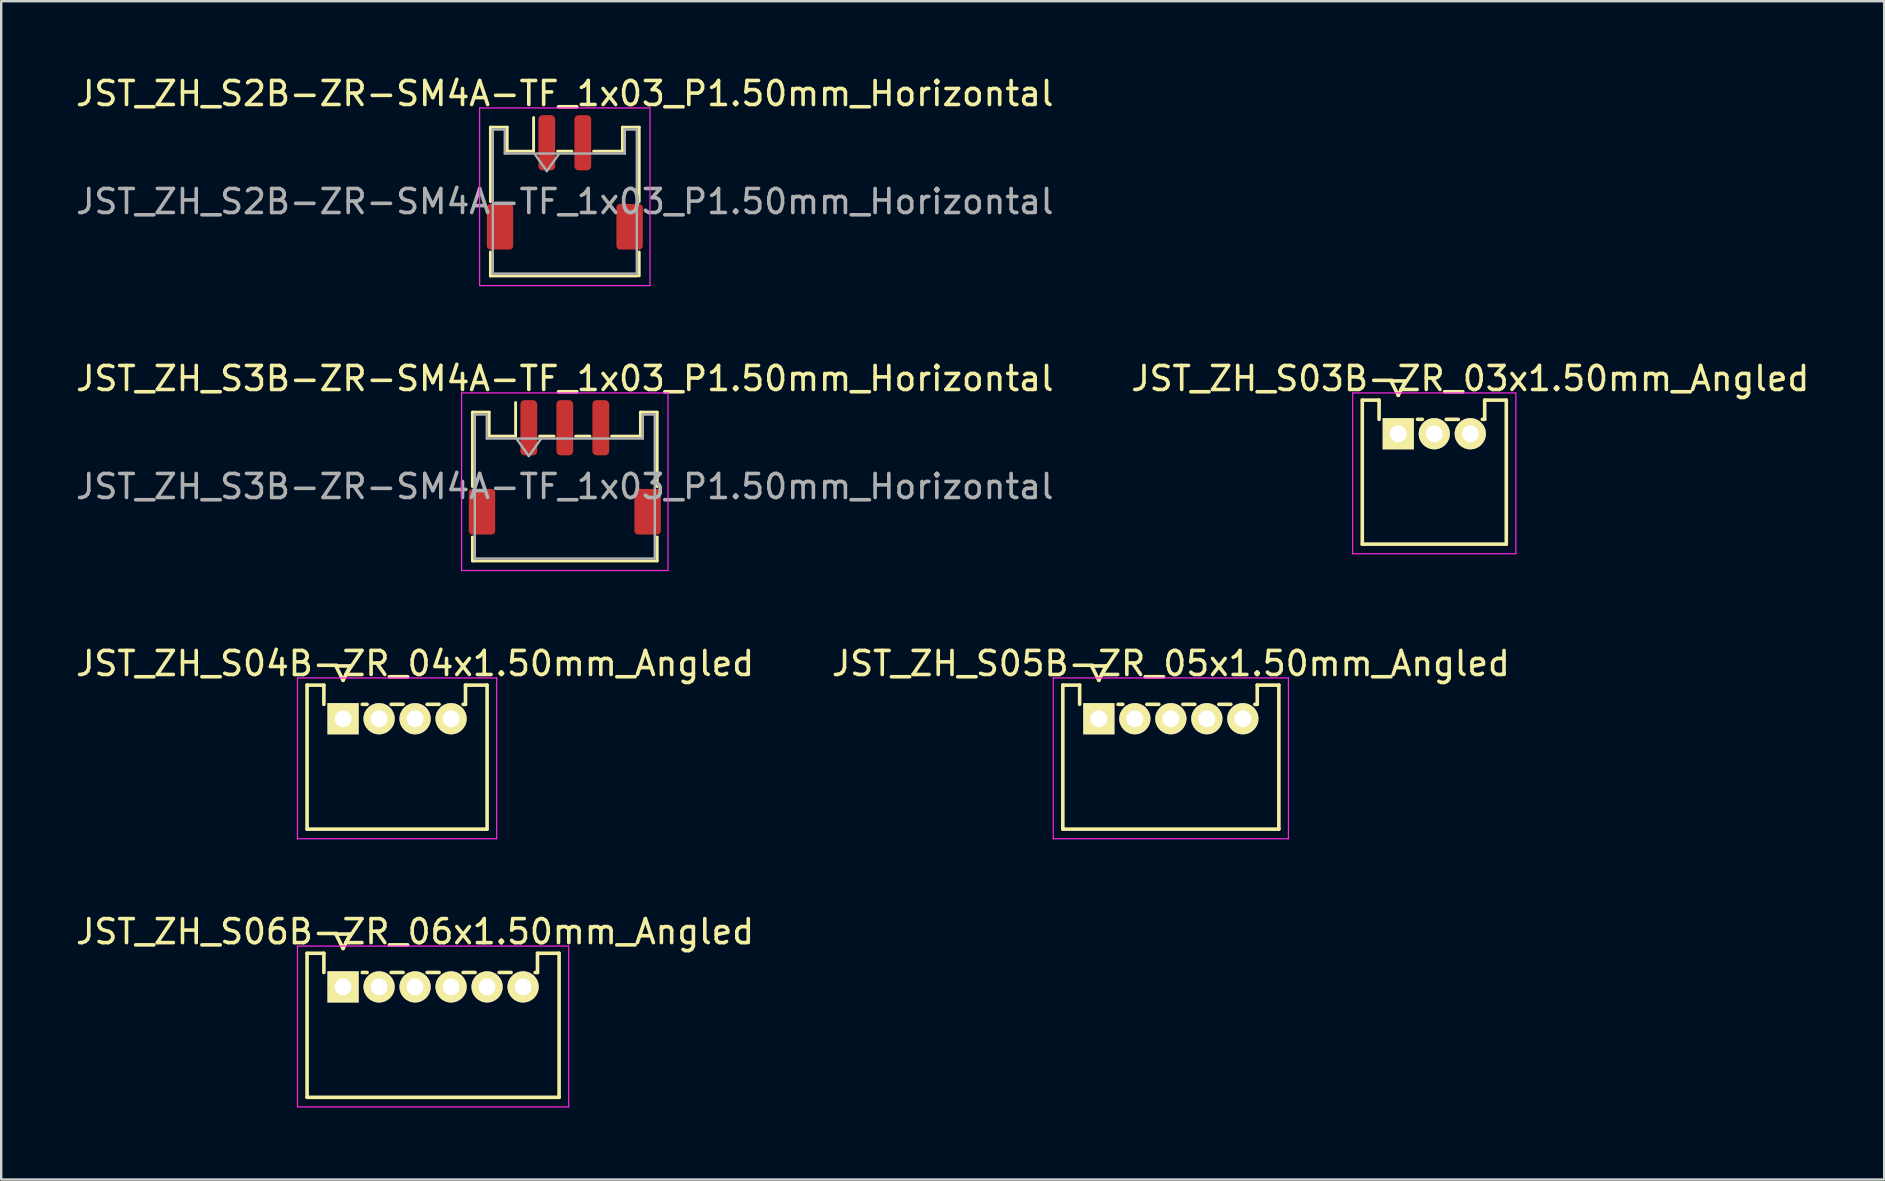
<source format=kicad_pcb>
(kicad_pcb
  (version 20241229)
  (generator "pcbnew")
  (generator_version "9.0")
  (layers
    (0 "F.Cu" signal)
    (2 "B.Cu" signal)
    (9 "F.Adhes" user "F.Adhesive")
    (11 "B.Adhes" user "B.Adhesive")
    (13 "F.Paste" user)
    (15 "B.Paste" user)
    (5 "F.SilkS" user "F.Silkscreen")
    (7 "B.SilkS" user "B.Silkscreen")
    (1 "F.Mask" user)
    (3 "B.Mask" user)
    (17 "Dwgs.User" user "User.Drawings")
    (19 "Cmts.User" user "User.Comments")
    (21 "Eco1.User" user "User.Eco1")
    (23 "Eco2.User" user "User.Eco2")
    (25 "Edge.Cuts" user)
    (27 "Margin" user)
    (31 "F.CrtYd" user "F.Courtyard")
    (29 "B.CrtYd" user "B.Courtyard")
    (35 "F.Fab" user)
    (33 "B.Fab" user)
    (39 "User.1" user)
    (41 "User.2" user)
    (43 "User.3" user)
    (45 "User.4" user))
  (footprint "JST_ZH_S3B-ZR-SM4A-TF_1x03_P1.50mm_Horizontal"
    (layer "F.Cu")
    (at 20.482 17.221)
    (property "Reference" "JST_ZH_S3B-ZR-SM4A-TF_1x03_P1.50mm_Horizontal" (at 0 -4.5 0) (layer "F.SilkS") (effects (font (size 1 1) (thickness 0.15))))
    (attr smd)
    (fp_line (start -3.85 -3.1) (end -3.85 0) (stroke (width 0.12) (type solid)) (layer "F.SilkS"))
    (fp_line (start -3.85 3.1) (end -3.85 2.1) (stroke (width 0.12) (type solid)) (layer "F.SilkS"))
    (fp_line (start -3.85 3.1) (end 3.85 3.1) (stroke (width 0.12) (type solid)) (layer "F.SilkS"))
    (fp_line (start -3.15 -3.1) (end -3.85 -3.1) (stroke (width 0.12) (type solid)) (layer "F.SilkS"))
    (fp_line (start -3.15 -2.1) (end -3.15 -3.1) (stroke (width 0.12) (type solid)) (layer "F.SilkS"))
    (fp_line (start -3.15 -2.1) (end -2.05 -2.1) (stroke (width 0.12) (type solid)) (layer "F.SilkS"))
    (fp_line (start -2.05 -2.1) (end -2.05 -3.5) (stroke (width 0.12) (type solid)) (layer "F.SilkS"))
    (fp_line (start -0.45 -2.1) (end -1.05 -2.1) (stroke (width 0.12) (type solid)) (layer "F.SilkS"))
    (fp_line (start 1.05 -2.1) (end 0.45 -2.1) (stroke (width 0.12) (type solid)) (layer "F.SilkS"))
    (fp_line (start 3.15 -3.1) (end 3.15 -2.1) (stroke (width 0.12) (type solid)) (layer "F.SilkS"))
    (fp_line (start 3.15 -2.1) (end 1.95 -2.1) (stroke (width 0.12) (type solid)) (layer "F.SilkS"))
    (fp_line (start 3.85 -3.1) (end 3.15 -3.1) (stroke (width 0.12) (type solid)) (layer "F.SilkS"))
    (fp_line (start 3.85 -3.1) (end 3.85 0) (stroke (width 0.12) (type solid)) (layer "F.SilkS"))
    (fp_line (start 3.85 3.1) (end 3.85 2.1) (stroke (width 0.12) (type solid)) (layer "F.SilkS"))
    (fp_line (start -4.3 -3.9) (end -4.3 3.5) (stroke (width 0.05) (type solid)) (layer "F.CrtYd"))
    (fp_line (start -4.3 3.5) (end 4.3 3.5) (stroke (width 0.05) (type solid)) (layer "F.CrtYd"))
    (fp_line (start 4.3 -3.9) (end -4.3 -3.9) (stroke (width 0.05) (type solid)) (layer "F.CrtYd"))
    (fp_line (start 4.3 3.5) (end 4.3 -3.9) (stroke (width 0.05) (type solid)) (layer "F.CrtYd"))
    (fp_line (start -3.75 -3) (end -3.75 3) (stroke (width 0.1) (type solid)) (layer "F.Fab"))
    (fp_line (start -3.75 3) (end 3.75 3) (stroke (width 0.1) (type solid)) (layer "F.Fab"))
    (fp_line (start -3.25 -3) (end -3.75 -3) (stroke (width 0.1) (type solid)) (layer "F.Fab"))
    (fp_line (start -3.25 -2) (end -3.25 -3) (stroke (width 0.1) (type solid)) (layer "F.Fab"))
    (fp_line (start -3.25 -2) (end 3.25 -2) (stroke (width 0.1) (type solid)) (layer "F.Fab"))
    (fp_line (start -2 -1.975) (end -1.5 -1.268) (stroke (width 0.1) (type solid)) (layer "F.Fab"))
    (fp_line (start -1.5 -1.268) (end -1 -1.975) (stroke (width 0.1) (type solid)) (layer "F.Fab"))
    (fp_line (start 3.25 -3) (end 3.25 -2) (stroke (width 0.1) (type solid)) (layer "F.Fab"))
    (fp_line (start 3.75 -3) (end 3.25 -3) (stroke (width 0.1) (type solid)) (layer "F.Fab"))
    (fp_line (start 3.75 -3) (end 3.75 3) (stroke (width 0.1) (type solid)) (layer "F.Fab"))
    (fp_text user "${REFERENCE}" (at 0 0 0) (layer "F.Fab") (effects (font (size 1 1) (thickness 0.15))))
    (pad "1" smd roundrect (at -1.5 -2.45) (size 0.7 2.3) (layers "F.Cu" "F.Mask" "F.Paste") (roundrect_rratio 0.25))
    (pad "2" smd roundrect (at 0 -2.45) (size 0.7 2.3) (layers "F.Cu" "F.Mask" "F.Paste") (roundrect_rratio 0.25))
    (pad "3" smd roundrect (at 1.5 -2.45) (size 0.7 2.3) (layers "F.Cu" "F.Mask" "F.Paste") (roundrect_rratio 0.25))
    (pad "MP" smd roundrect (at -3.45 1.05) (size 1.1 1.9) (layers "F.Cu" "F.Mask" "F.Paste") (roundrect_rratio 0.139))
    (pad "MP" smd roundrect (at 3.45 1.05) (size 1.1 1.9) (layers "F.Cu" "F.Mask" "F.Paste") (roundrect_rratio 0.139)))
  (footprint "JST_ZH_S03B-ZR_03x1.50mm_Angled"
    (layer "F.Cu")
    (at 55.208 15.021)
    (property "Reference" "JST_ZH_S03B-ZR_03x1.50mm_Angled" (at 3 -2.3 0) (layer "F.SilkS") (effects (font (size 1 1) (thickness 0.15))))
    (attr through_hole)
    (fp_line (start -1.5 -1.4) (end -1.5 4.6) (stroke (width 0.15) (type solid)) (layer "F.SilkS"))
    (fp_line (start -1.5 -1.4) (end -0.8 -1.4) (stroke (width 0.15) (type solid)) (layer "F.SilkS"))
    (fp_line (start -1.5 4.6) (end 4.5 4.6) (stroke (width 0.15) (type solid)) (layer "F.SilkS"))
    (fp_line (start -0.8 -0.6) (end -0.8 -1.4) (stroke (width 0.15) (type solid)) (layer "F.SilkS"))
    (fp_line (start -0.3 -2.2) (end 0 -1.6) (stroke (width 0.15) (type solid)) (layer "F.SilkS"))
    (fp_line (start 0 -1.6) (end 0.3 -2.2) (stroke (width 0.15) (type solid)) (layer "F.SilkS"))
    (fp_line (start 0.3 -2.2) (end -0.3 -2.2) (stroke (width 0.15) (type solid)) (layer "F.SilkS"))
    (fp_line (start 1 -0.6) (end 0.8 -0.6) (stroke (width 0.15) (type solid)) (layer "F.SilkS"))
    (fp_line (start 2.5 -0.6) (end 2 -0.6) (stroke (width 0.15) (type solid)) (layer "F.SilkS"))
    (fp_line (start 3.5 -0.6) (end 3.6 -0.6) (stroke (width 0.15) (type solid)) (layer "F.SilkS"))
    (fp_line (start 3.6 -1.4) (end 3.6 -0.6) (stroke (width 0.15) (type solid)) (layer "F.SilkS"))
    (fp_line (start 3.6 -1.4) (end 4.5 -1.4) (stroke (width 0.15) (type solid)) (layer "F.SilkS"))
    (fp_line (start 4.5 -1.4) (end 4.5 4.6) (stroke (width 0.15) (type solid)) (layer "F.SilkS"))
    (fp_line (start -1.9 -1.7) (end 4.9 -1.7) (stroke (width 0.05) (type solid)) (layer "F.CrtYd"))
    (fp_line (start -1.9 5) (end -1.9 -1.7) (stroke (width 0.05) (type solid)) (layer "F.CrtYd"))
    (fp_line (start 4.9 -1.7) (end 4.9 5) (stroke (width 0.05) (type solid)) (layer "F.CrtYd"))
    (fp_line (start 4.9 5) (end -1.9 5) (stroke (width 0.05) (type solid)) (layer "F.CrtYd"))
    (pad "1" thru_hole rect (at 0 0) (size 1.3 1.3) (drill 0.7) (layers "*.Cu" "*.Mask" "F.SilkS"))
    (pad "2" thru_hole circle (at 1.5 0) (size 1.3 1.3) (drill 0.7) (layers "*.Cu" "*.Mask" "F.SilkS"))
    (pad "3" thru_hole circle (at 3 0) (size 1.3 1.3) (drill 0.7) (layers "*.Cu" "*.Mask" "F.SilkS")))
  (footprint "JST_ZH_S06B-ZR_06x1.50mm_Angled"
    (layer "F.Cu")
    (at 11.244 38.068)
    (property "Reference" "JST_ZH_S06B-ZR_06x1.50mm_Angled" (at 3 -2.3 0) (layer "F.SilkS") (effects (font (size 1 1) (thickness 0.15))))
    (attr through_hole)
    (fp_line (start -1.5 -1.4) (end -1.5 4.6) (stroke (width 0.15) (type solid)) (layer "F.SilkS"))
    (fp_line (start -1.5 -1.4) (end -0.8 -1.4) (stroke (width 0.15) (type solid)) (layer "F.SilkS"))
    (fp_line (start -1.5 4.6) (end 9 4.6) (stroke (width 0.15) (type solid)) (layer "F.SilkS"))
    (fp_line (start -0.8 -0.6) (end -0.8 -1.4) (stroke (width 0.15) (type solid)) (layer "F.SilkS"))
    (fp_line (start -0.3 -2.2) (end 0 -1.6) (stroke (width 0.15) (type solid)) (layer "F.SilkS"))
    (fp_line (start 0 -1.6) (end 0.3 -2.2) (stroke (width 0.15) (type solid)) (layer "F.SilkS"))
    (fp_line (start 0.3 -2.2) (end -0.3 -2.2) (stroke (width 0.15) (type solid)) (layer "F.SilkS"))
    (fp_line (start 1 -0.6) (end 0.8 -0.6) (stroke (width 0.15) (type solid)) (layer "F.SilkS"))
    (fp_line (start 2.5 -0.6) (end 2 -0.6) (stroke (width 0.15) (type solid)) (layer "F.SilkS"))
    (fp_line (start 3.5 -0.6) (end 4 -0.6) (stroke (width 0.15) (type solid)) (layer "F.SilkS"))
    (fp_line (start 5 -0.6) (end 5.5 -0.6) (stroke (width 0.15) (type solid)) (layer "F.SilkS"))
    (fp_line (start 6.5 -0.6) (end 7 -0.6) (stroke (width 0.15) (type solid)) (layer "F.SilkS"))
    (fp_line (start 8 -0.6) (end 8.1 -0.6) (stroke (width 0.15) (type solid)) (layer "F.SilkS"))
    (fp_line (start 8.1 -1.4) (end 8.1 -0.6) (stroke (width 0.15) (type solid)) (layer "F.SilkS"))
    (fp_line (start 8.1 -1.4) (end 9 -1.4) (stroke (width 0.15) (type solid)) (layer "F.SilkS"))
    (fp_line (start 9 -1.4) (end 9 4.6) (stroke (width 0.15) (type solid)) (layer "F.SilkS"))
    (fp_line (start -1.9 -1.7) (end 9.4 -1.7) (stroke (width 0.05) (type solid)) (layer "F.CrtYd"))
    (fp_line (start -1.9 5) (end -1.9 -1.7) (stroke (width 0.05) (type solid)) (layer "F.CrtYd"))
    (fp_line (start 9.4 -1.7) (end 9.4 5) (stroke (width 0.05) (type solid)) (layer "F.CrtYd"))
    (fp_line (start 9.4 5) (end -1.9 5) (stroke (width 0.05) (type solid)) (layer "F.CrtYd"))
    (pad "1" thru_hole rect (at 0 0) (size 1.3 1.3) (drill 0.7) (layers "*.Cu" "*.Mask" "F.SilkS"))
    (pad "2" thru_hole circle (at 1.5 0) (size 1.3 1.3) (drill 0.7) (layers "*.Cu" "*.Mask" "F.SilkS"))
    (pad "3" thru_hole circle (at 3 0) (size 1.3 1.3) (drill 0.7) (layers "*.Cu" "*.Mask" "F.SilkS"))
    (pad "4" thru_hole circle (at 4.5 0) (size 1.3 1.3) (drill 0.7) (layers "*.Cu" "*.Mask" "F.SilkS"))
    (pad "5" thru_hole circle (at 6 0) (size 1.3 1.3) (drill 0.7) (layers "*.Cu" "*.Mask" "F.SilkS"))
    (pad "6" thru_hole circle (at 7.5 0) (size 1.3 1.3) (drill 0.7) (layers "*.Cu" "*.Mask" "F.SilkS")))
  (footprint "JST_ZH_S04B-ZR_04x1.50mm_Angled"
    (layer "F.Cu")
    (at 11.244 26.895)
    (property "Reference" "JST_ZH_S04B-ZR_04x1.50mm_Angled" (at 3 -2.3 0) (layer "F.SilkS") (effects (font (size 1 1) (thickness 0.15))))
    (attr through_hole)
    (fp_line (start -1.5 -1.4) (end -1.5 4.6) (stroke (width 0.15) (type solid)) (layer "F.SilkS"))
    (fp_line (start -1.5 -1.4) (end -0.8 -1.4) (stroke (width 0.15) (type solid)) (layer "F.SilkS"))
    (fp_line (start -1.5 4.6) (end 6 4.6) (stroke (width 0.15) (type solid)) (layer "F.SilkS"))
    (fp_line (start -0.8 -0.6) (end -0.8 -1.4) (stroke (width 0.15) (type solid)) (layer "F.SilkS"))
    (fp_line (start -0.3 -2.2) (end 0 -1.6) (stroke (width 0.15) (type solid)) (layer "F.SilkS"))
    (fp_line (start 0 -1.6) (end 0.3 -2.2) (stroke (width 0.15) (type solid)) (layer "F.SilkS"))
    (fp_line (start 0.3 -2.2) (end -0.3 -2.2) (stroke (width 0.15) (type solid)) (layer "F.SilkS"))
    (fp_line (start 1 -0.6) (end 0.8 -0.6) (stroke (width 0.15) (type solid)) (layer "F.SilkS"))
    (fp_line (start 2.5 -0.6) (end 2 -0.6) (stroke (width 0.15) (type solid)) (layer "F.SilkS"))
    (fp_line (start 3.5 -0.6) (end 4 -0.6) (stroke (width 0.15) (type solid)) (layer "F.SilkS"))
    (fp_line (start 5 -0.6) (end 5.1 -0.6) (stroke (width 0.15) (type solid)) (layer "F.SilkS"))
    (fp_line (start 5.1 -1.4) (end 5.1 -0.6) (stroke (width 0.15) (type solid)) (layer "F.SilkS"))
    (fp_line (start 5.1 -1.4) (end 6 -1.4) (stroke (width 0.15) (type solid)) (layer "F.SilkS"))
    (fp_line (start 6 -1.4) (end 6 4.6) (stroke (width 0.15) (type solid)) (layer "F.SilkS"))
    (fp_line (start -1.9 -1.7) (end 6.4 -1.7) (stroke (width 0.05) (type solid)) (layer "F.CrtYd"))
    (fp_line (start -1.9 5) (end -1.9 -1.7) (stroke (width 0.05) (type solid)) (layer "F.CrtYd"))
    (fp_line (start 6.4 -1.7) (end 6.4 5) (stroke (width 0.05) (type solid)) (layer "F.CrtYd"))
    (fp_line (start 6.4 5) (end -1.9 5) (stroke (width 0.05) (type solid)) (layer "F.CrtYd"))
    (pad "1" thru_hole rect (at 0 0) (size 1.3 1.3) (drill 0.7) (layers "*.Cu" "*.Mask" "F.SilkS"))
    (pad "2" thru_hole circle (at 1.5 0) (size 1.3 1.3) (drill 0.7) (layers "*.Cu" "*.Mask" "F.SilkS"))
    (pad "3" thru_hole circle (at 3 0) (size 1.3 1.3) (drill 0.7) (layers "*.Cu" "*.Mask" "F.SilkS"))
    (pad "4" thru_hole circle (at 4.5 0) (size 1.3 1.3) (drill 0.7) (layers "*.Cu" "*.Mask" "F.SilkS")))
  (footprint "JST_ZH_S05B-ZR_05x1.50mm_Angled"
    (layer "F.Cu")
    (at 42.732 26.895)
    (property "Reference" "JST_ZH_S05B-ZR_05x1.50mm_Angled" (at 3 -2.3 0) (layer "F.SilkS") (effects (font (size 1 1) (thickness 0.15))))
    (attr through_hole)
    (fp_line (start -1.5 -1.4) (end -1.5 4.6) (stroke (width 0.15) (type solid)) (layer "F.SilkS"))
    (fp_line (start -1.5 -1.4) (end -0.8 -1.4) (stroke (width 0.15) (type solid)) (layer "F.SilkS"))
    (fp_line (start -1.5 4.6) (end 7.5 4.6) (stroke (width 0.15) (type solid)) (layer "F.SilkS"))
    (fp_line (start -0.8 -0.6) (end -0.8 -1.4) (stroke (width 0.15) (type solid)) (layer "F.SilkS"))
    (fp_line (start -0.3 -2.2) (end 0 -1.6) (stroke (width 0.15) (type solid)) (layer "F.SilkS"))
    (fp_line (start 0 -1.6) (end 0.3 -2.2) (stroke (width 0.15) (type solid)) (layer "F.SilkS"))
    (fp_line (start 0.3 -2.2) (end -0.3 -2.2) (stroke (width 0.15) (type solid)) (layer "F.SilkS"))
    (fp_line (start 1 -0.6) (end 0.8 -0.6) (stroke (width 0.15) (type solid)) (layer "F.SilkS"))
    (fp_line (start 2.5 -0.6) (end 2 -0.6) (stroke (width 0.15) (type solid)) (layer "F.SilkS"))
    (fp_line (start 3.5 -0.6) (end 4 -0.6) (stroke (width 0.15) (type solid)) (layer "F.SilkS"))
    (fp_line (start 5 -0.6) (end 5.5 -0.6) (stroke (width 0.15) (type solid)) (layer "F.SilkS"))
    (fp_line (start 6.5 -0.6) (end 6.6 -0.6) (stroke (width 0.15) (type solid)) (layer "F.SilkS"))
    (fp_line (start 6.6 -1.4) (end 6.6 -0.6) (stroke (width 0.15) (type solid)) (layer "F.SilkS"))
    (fp_line (start 6.6 -1.4) (end 7.5 -1.4) (stroke (width 0.15) (type solid)) (layer "F.SilkS"))
    (fp_line (start 7.5 -1.4) (end 7.5 4.6) (stroke (width 0.15) (type solid)) (layer "F.SilkS"))
    (fp_line (start -1.9 -1.7) (end 7.9 -1.7) (stroke (width 0.05) (type solid)) (layer "F.CrtYd"))
    (fp_line (start -1.9 5) (end -1.9 -1.7) (stroke (width 0.05) (type solid)) (layer "F.CrtYd"))
    (fp_line (start 7.9 -1.7) (end 7.9 5) (stroke (width 0.05) (type solid)) (layer "F.CrtYd"))
    (fp_line (start 7.9 5) (end -1.9 5) (stroke (width 0.05) (type solid)) (layer "F.CrtYd"))
    (pad "1" thru_hole rect (at 0 0) (size 1.3 1.3) (drill 0.7) (layers "*.Cu" "*.Mask" "F.SilkS"))
    (pad "2" thru_hole circle (at 1.5 0) (size 1.3 1.3) (drill 0.7) (layers "*.Cu" "*.Mask" "F.SilkS"))
    (pad "3" thru_hole circle (at 3 0) (size 1.3 1.3) (drill 0.7) (layers "*.Cu" "*.Mask" "F.SilkS"))
    (pad "4" thru_hole circle (at 4.5 0) (size 1.3 1.3) (drill 0.7) (layers "*.Cu" "*.Mask" "F.SilkS"))
    (pad "5" thru_hole circle (at 6 0) (size 1.3 1.3) (drill 0.7) (layers "*.Cu" "*.Mask" "F.SilkS")))
  (footprint "JST_ZH_S2B-ZR-SM4A-TF_1x03_P1.50mm_Horizontal"
    (layer "F.Cu")
    (at 20.482 5.348)
    (property "Reference" "JST_ZH_S2B-ZR-SM4A-TF_1x03_P1.50mm_Horizontal" (at 0 -4.5 0) (layer "F.SilkS") (effects (font (size 1 1) (thickness 0.15))))
    (attr smd)
    (fp_line (start -3.1 -3.1) (end -3.1 0) (stroke (width 0.12) (type solid)) (layer "F.SilkS"))
    (fp_line (start -3.1 3.1) (end -3.1 2.1) (stroke (width 0.12) (type solid)) (layer "F.SilkS"))
    (fp_line (start -3.1 3.1) (end 3 3.1) (stroke (width 0.12) (type solid)) (layer "F.SilkS"))
    (fp_line (start -2.4 -3.1) (end -3.1 -3.1) (stroke (width 0.12) (type solid)) (layer "F.SilkS"))
    (fp_line (start -2.4 -2.1) (end -2.4 -3.1) (stroke (width 0.12) (type solid)) (layer "F.SilkS"))
    (fp_line (start -2.4 -2.1) (end -1.3 -2.1) (stroke (width 0.12) (type solid)) (layer "F.SilkS"))
    (fp_line (start -1.3 -2.1) (end -1.3 -3.5) (stroke (width 0.12) (type solid)) (layer "F.SilkS"))
    (fp_line (start 0.3 -2.1) (end -0.3 -2.1) (stroke (width 0.12) (type solid)) (layer "F.SilkS"))
    (fp_line (start 2.4 -3.1) (end 2.4 -2.1) (stroke (width 0.12) (type solid)) (layer "F.SilkS"))
    (fp_line (start 2.4 -2.1) (end 1.2 -2.1) (stroke (width 0.12) (type solid)) (layer "F.SilkS"))
    (fp_line (start 3.1 -3.1) (end 2.4 -3.1) (stroke (width 0.12) (type solid)) (layer "F.SilkS"))
    (fp_line (start 3.1 -3.1) (end 3.1 0) (stroke (width 0.12) (type solid)) (layer "F.SilkS"))
    (fp_line (start 3.1 3.1) (end 3.1 2.1) (stroke (width 0.12) (type solid)) (layer "F.SilkS"))
    (fp_line (start -3.55 -3.9) (end -3.55 3.5) (stroke (width 0.05) (type solid)) (layer "F.CrtYd"))
    (fp_line (start -3.55 3.5) (end 3.55 3.5) (stroke (width 0.05) (type solid)) (layer "F.CrtYd"))
    (fp_line (start 3.55 -3.9) (end -3.55 -3.9) (stroke (width 0.05) (type solid)) (layer "F.CrtYd"))
    (fp_line (start 3.55 3.5) (end 3.55 -3.9) (stroke (width 0.05) (type solid)) (layer "F.CrtYd"))
    (fp_line (start -3 -3) (end -3 3) (stroke (width 0.1) (type solid)) (layer "F.Fab"))
    (fp_line (start -3 3) (end 3 3) (stroke (width 0.1) (type solid)) (layer "F.Fab"))
    (fp_line (start -2.5 -3) (end -3 -3) (stroke (width 0.1) (type solid)) (layer "F.Fab"))
    (fp_line (start -2.5 -2) (end -2.5 -3) (stroke (width 0.1) (type solid)) (layer "F.Fab"))
    (fp_line (start -2.5 -2) (end 2.5 -2) (stroke (width 0.1) (type solid)) (layer "F.Fab"))
    (fp_line (start -1.25 -1.975) (end -0.75 -1.268) (stroke (width 0.1) (type solid)) (layer "F.Fab"))
    (fp_line (start -0.75 -1.268) (end -0.25 -1.975) (stroke (width 0.1) (type solid)) (layer "F.Fab"))
    (fp_line (start 2.5 -3) (end 2.5 -2) (stroke (width 0.1) (type solid)) (layer "F.Fab"))
    (fp_line (start 3 -3) (end 2.5 -3) (stroke (width 0.1) (type solid)) (layer "F.Fab"))
    (fp_line (start 3 -3) (end 3 3) (stroke (width 0.1) (type solid)) (layer "F.Fab"))
    (fp_text user "${REFERENCE}" (at 0 0 0) (layer "F.Fab") (effects (font (size 1 1) (thickness 0.15))))
    (pad "1" smd roundrect (at -0.75 -2.45) (size 0.7 2.3) (layers "F.Cu" "F.Mask" "F.Paste") (roundrect_rratio 0.25))
    (pad "2" smd roundrect (at 0.75 -2.45) (size 0.7 2.3) (layers "F.Cu" "F.Mask" "F.Paste") (roundrect_rratio 0.25))
    (pad "MP" smd roundrect (at -2.7 1.05) (size 1.1 1.9) (layers "F.Cu" "F.Mask" "F.Paste") (roundrect_rratio 0.139))
    (pad "MP" smd roundrect (at 2.7 1.05) (size 1.1 1.9) (layers "F.Cu" "F.Mask" "F.Paste") (roundrect_rratio 0.139)))
  (gr_rect
    (start -3 -3)
    (end 75.452 46.093)
    (stroke (width 0.1) (type default))
    (fill no)
    (layer "Edge.Cuts")))
</source>
